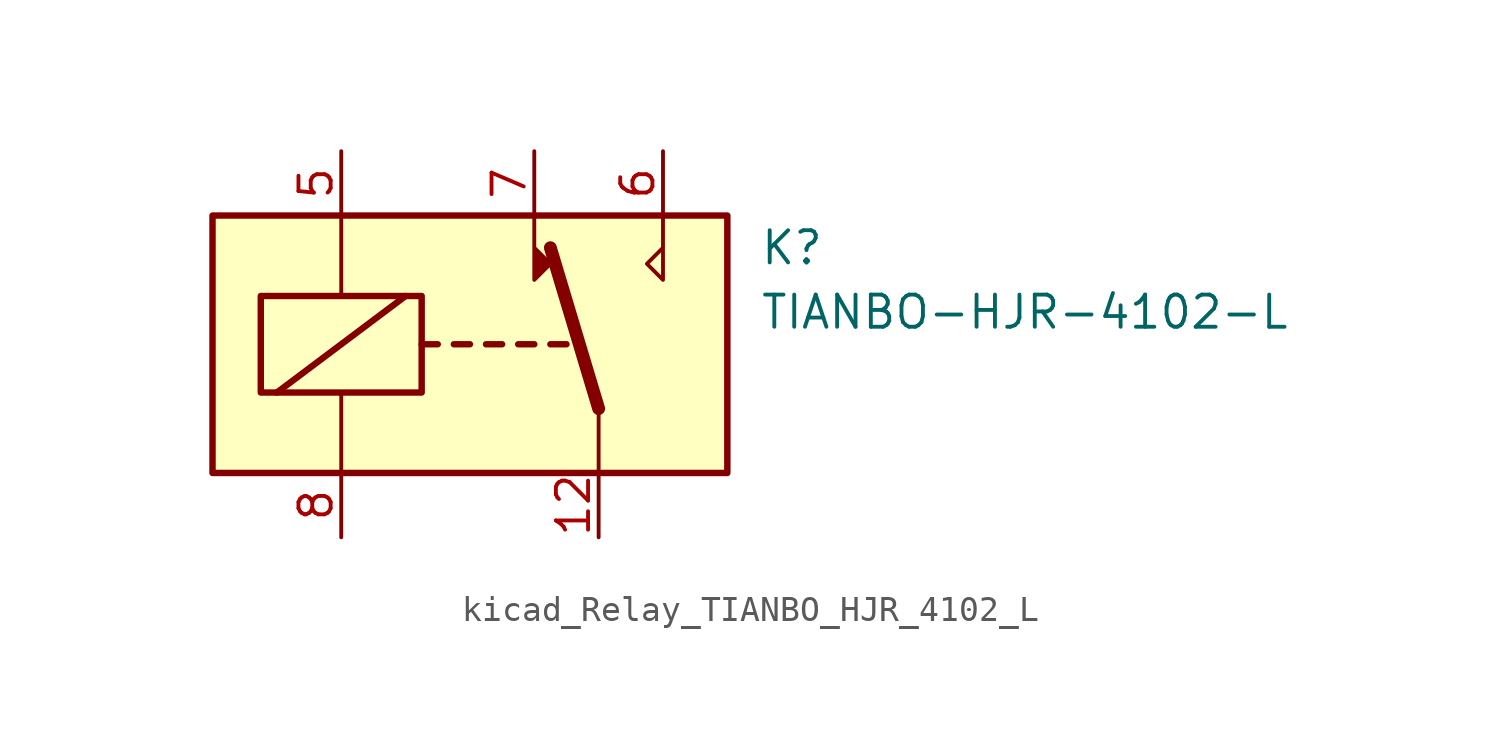
<source format=kicad_sym>
(kicad_symbol_lib
  (version 20220914)
  (generator kicad_symbol_editor)
  (symbol "kicad_Relay_TIANBO_HJR_4102_L"
    (property "Reference" "K"
      (at 11.43 3.81 0)
      (effects (font (size 1.27 1.27)) (justify left)))
    (property "Value" "TIANBO-HJR-4102-L"
      (at 11.43 1.27 0)
      (effects (font (size 1.27 1.27)) (justify left)))
    (symbol "kicad_Relay_TIANBO_HJR_4102_L_0_0"
      (polyline (pts (xy 7.62 5.08) (xy 7.62 2.54) (xy 6.985 3.175) (xy 7.62 3.81)) (stroke (width 0) (type default)) (fill (type none))))
    (symbol "kicad_Relay_TIANBO_HJR_4102_L_0_1"
      (rectangle (start -10.16 5.08) (end 10.16 -5.08) (stroke (width 0.254) (type default)) (fill (type background)))
      (rectangle (start -8.255 1.905) (end -1.905 -1.905) (stroke (width 0.254) (type default)) (fill (type none)))
      (polyline (pts (xy -7.62 -1.905) (xy -2.54 1.905)) (stroke (width 0.254) (type default)) (fill (type none)))
      (polyline (pts (xy -5.08 -5.08) (xy -5.08 -1.905)) (stroke (width 0) (type default)) (fill (type none)))
      (polyline (pts (xy -5.08 5.08) (xy -5.08 1.905)) (stroke (width 0) (type default)) (fill (type none)))
      (polyline (pts (xy -1.905 0) (xy -1.27 0)) (stroke (width 0.254) (type default)) (fill (type none)))
      (polyline (pts (xy -0.635 0) (xy 0 0)) (stroke (width 0.254) (type default)) (fill (type none)))
      (polyline (pts (xy 0.635 0) (xy 1.27 0)) (stroke (width 0.254) (type default)) (fill (type none)))
      (polyline (pts (xy 1.905 0) (xy 2.54 0)) (stroke (width 0.254) (type default)) (fill (type none)))
      (polyline (pts (xy 3.175 0) (xy 3.81 0)) (stroke (width 0.254) (type default)) (fill (type none)))
      (polyline (pts (xy 5.08 -2.54) (xy 3.175 3.81)) (stroke (width 0.508) (type default)) (fill (type none)))
      (polyline (pts (xy 5.08 -2.54) (xy 5.08 -5.08)) (stroke (width 0) (type default)) (fill (type none)))
      (polyline (pts (xy 2.54 5.08) (xy 2.54 2.54) (xy 3.175 3.175) (xy 2.54 3.81)) (stroke (width 0) (type default)) (fill (type outline))))
    (symbol "kicad_Relay_TIANBO_HJR_4102_L_1_1"
      (pin passive line (at 5.08 -7.62 90) (length 2.54) (name "~" (effects (font (size 1.27 1.27)))) (number "12" (effects (font (size 1.27 1.27)))))
      (pin passive line (at -5.08 7.62 270) (length 2.54) (name "~" (effects (font (size 1.27 1.27)))) (number "5" (effects (font (size 1.27 1.27)))))
      (pin passive line (at 7.62 7.62 270) (length 2.54) (name "~" (effects (font (size 1.27 1.27)))) (number "6" (effects (font (size 1.27 1.27)))))
      (pin passive line (at 2.54 7.62 270) (length 2.54) (name "~" (effects (font (size 1.27 1.27)))) (number "7" (effects (font (size 1.27 1.27)))))
      (pin passive line (at -5.08 -7.62 90) (length 2.54) (name "~" (effects (font (size 1.27 1.27)))) (number "8" (effects (font (size 1.27 1.27))))))))
</source>
